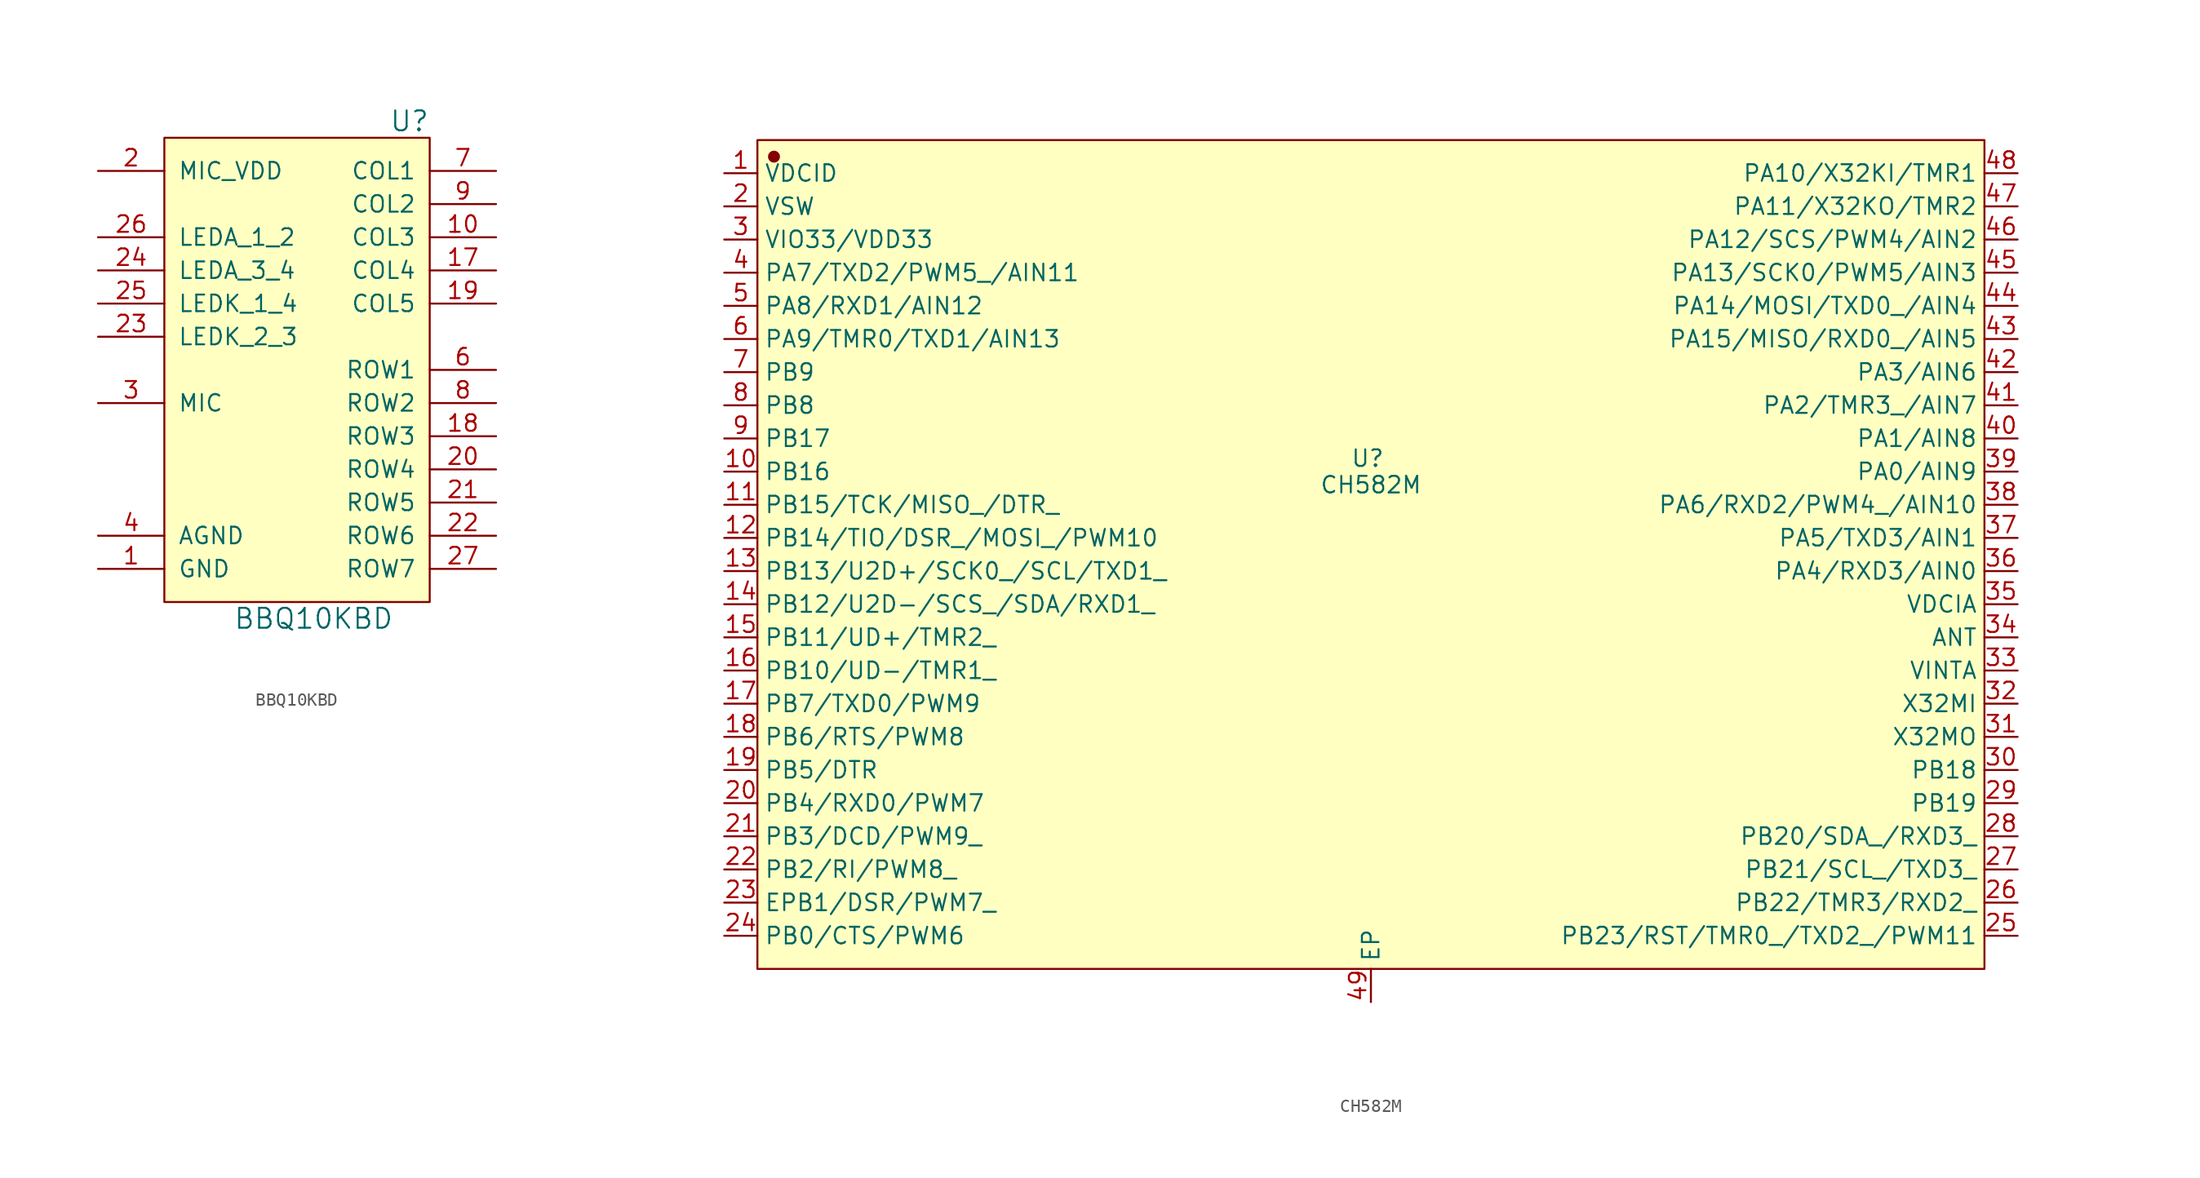
<source format=kicad_sym>
(kicad_symbol_lib
  (version 20211014)
  (generator kicad_symbol_editor)
  (symbol "BBQ10KBD"
    (pin_names
      (offset 1.016))
    (property "Reference" "U"
      (at 10.16 19.05 0)
      (effects (font (size 1.524 1.524)) (justify right)))
    (property "Value" "BBQ10KBD"
      (at 1.27 -19.05 0)
      (effects (font (size 1.524 1.524))))
    (symbol "BBQ10KBD_0_1"
      (rectangle (start -10.16 17.78) (end 10.16 -17.78) (stroke (width 0) (type default) (color 0 0 0 0)) (fill (type background))))
    (symbol "BBQ10KBD_1_1"
      (pin power_in line (at -15.24 -15.24 0) (length 5.08) (name "GND" (effects (font (size 1.27 1.27)))) (number "1" (effects (font (size 1.27 1.27)))))
      (pin output line (at 15.24 10.16 180) (length 5.08) (name "COL3" (effects (font (size 1.27 1.27)))) (number "10" (effects (font (size 1.27 1.27)))))
      (pin passive line (at -15.24 -15.24 0) (length 5.08) hide (name "GND" (effects (font (size 1.27 1.27)))) (number "11" (effects (font (size 1.27 1.27)))))
      (pin passive line (at -15.24 -15.24 0) (length 5.08) hide (name "GND" (effects (font (size 1.27 1.27)))) (number "12" (effects (font (size 1.27 1.27)))))
      (pin passive line (at -15.24 -15.24 0) (length 5.08) hide (name "GND" (effects (font (size 1.27 1.27)))) (number "13" (effects (font (size 1.27 1.27)))))
      (pin passive line (at -15.24 -15.24 0) (length 5.08) hide (name "GND" (effects (font (size 1.27 1.27)))) (number "14" (effects (font (size 1.27 1.27)))))
      (pin passive line (at -15.24 -15.24 0) (length 5.08) hide (name "GND" (effects (font (size 1.27 1.27)))) (number "15" (effects (font (size 1.27 1.27)))))
      (pin passive line (at -15.24 -15.24 0) (length 5.08) hide (name "GND" (effects (font (size 1.27 1.27)))) (number "16" (effects (font (size 1.27 1.27)))))
      (pin output line (at 15.24 7.62 180) (length 5.08) (name "COL4" (effects (font (size 1.27 1.27)))) (number "17" (effects (font (size 1.27 1.27)))))
      (pin output line (at 15.24 -5.08 180) (length 5.08) (name "ROW3" (effects (font (size 1.27 1.27)))) (number "18" (effects (font (size 1.27 1.27)))))
      (pin output line (at 15.24 5.08 180) (length 5.08) (name "COL5" (effects (font (size 1.27 1.27)))) (number "19" (effects (font (size 1.27 1.27)))))
      (pin power_in line (at -15.24 15.24 0) (length 5.08) (name "MIC_VDD" (effects (font (size 1.27 1.27)))) (number "2" (effects (font (size 1.27 1.27)))))
      (pin output line (at 15.24 -7.62 180) (length 5.08) (name "ROW4" (effects (font (size 1.27 1.27)))) (number "20" (effects (font (size 1.27 1.27)))))
      (pin output line (at 15.24 -10.16 180) (length 5.08) (name "ROW5" (effects (font (size 1.27 1.27)))) (number "21" (effects (font (size 1.27 1.27)))))
      (pin output line (at 15.24 -12.7 180) (length 5.08) (name "ROW6" (effects (font (size 1.27 1.27)))) (number "22" (effects (font (size 1.27 1.27)))))
      (pin power_in line (at -15.24 2.54 0) (length 5.08) (name "LEDK_2_3" (effects (font (size 1.27 1.27)))) (number "23" (effects (font (size 1.27 1.27)))))
      (pin power_in line (at -15.24 7.62 0) (length 5.08) (name "LEDA_3_4" (effects (font (size 1.27 1.27)))) (number "24" (effects (font (size 1.27 1.27)))))
      (pin power_in line (at -15.24 5.08 0) (length 5.08) (name "LEDK_1_4" (effects (font (size 1.27 1.27)))) (number "25" (effects (font (size 1.27 1.27)))))
      (pin power_in line (at -15.24 10.16 0) (length 5.08) (name "LEDA_1_2" (effects (font (size 1.27 1.27)))) (number "26" (effects (font (size 1.27 1.27)))))
      (pin output line (at 15.24 -15.24 180) (length 5.08) (name "ROW7" (effects (font (size 1.27 1.27)))) (number "27" (effects (font (size 1.27 1.27)))))
      (pin passive line (at -15.24 -15.24 0) (length 5.08) hide (name "GND" (effects (font (size 1.27 1.27)))) (number "28" (effects (font (size 1.27 1.27)))))
      (pin output line (at -15.24 -2.54 0) (length 5.08) (name "MIC" (effects (font (size 1.27 1.27)))) (number "3" (effects (font (size 1.27 1.27)))))
      (pin power_in line (at -15.24 -12.7 0) (length 5.08) (name "AGND" (effects (font (size 1.27 1.27)))) (number "4" (effects (font (size 1.27 1.27)))))
      (pin passive line (at -15.24 -15.24 0) (length 5.08) hide (name "GND" (effects (font (size 1.27 1.27)))) (number "5" (effects (font (size 1.27 1.27)))))
      (pin output line (at 15.24 0 180) (length 5.08) (name "ROW1" (effects (font (size 1.27 1.27)))) (number "6" (effects (font (size 1.27 1.27)))))
      (pin output line (at 15.24 15.24 180) (length 5.08) (name "COL1" (effects (font (size 1.27 1.27)))) (number "7" (effects (font (size 1.27 1.27)))))
      (pin output line (at 15.24 -2.54 180) (length 5.08) (name "ROW2" (effects (font (size 1.27 1.27)))) (number "8" (effects (font (size 1.27 1.27)))))
      (pin output line (at 15.24 12.7 180) (length 5.08) (name "COL2" (effects (font (size 1.27 1.27)))) (number "9" (effects (font (size 1.27 1.27)))))))
  (symbol "CH582M"
    (property "Reference" "U"
      (at 0 0 0)
      (effects (font (size 1.27 1.27))))
    (property "Value" "CH582M"
      (at 0.254 -2.032 0)
      (effects (font (size 1.27 1.27))))
    (symbol "CH582M_1_1"
      (rectangle (start -46.736 24.384) (end 47.244 -39.116) (stroke (width 0.152) (type default) (color 0 0 0 0)) (fill (type background)))
      (circle (center -45.466 23.114) (radius 0.381) (stroke (width 0.152) (type default) (color 0 0 0 0)) (fill (type outline)))
      (pin free line (at -49.276 21.844 0) (length 2.54) (name "VDCID" (effects (font (size 1.27 1.27)))) (number "1" (effects (font (size 1.27 1.27)))))
      (pin free line (at -49.276 -1.016 0) (length 2.54) (name "PB16" (effects (font (size 1.27 1.27)))) (number "10" (effects (font (size 1.27 1.27)))))
      (pin free line (at -49.276 -3.556 0) (length 2.54) (name "PB15/TCK/MISO_/DTR_" (effects (font (size 1.27 1.27)))) (number "11" (effects (font (size 1.27 1.27)))))
      (pin free line (at -49.276 -6.096 0) (length 2.54) (name "PB14/TIO/DSR_/MOSI_/PWM10" (effects (font (size 1.27 1.27)))) (number "12" (effects (font (size 1.27 1.27)))))
      (pin free line (at -49.276 -8.636 0) (length 2.54) (name "PB13/U2D+/SCK0_/SCL/TXD1_" (effects (font (size 1.27 1.27)))) (number "13" (effects (font (size 1.27 1.27)))))
      (pin free line (at -49.276 -11.176 0) (length 2.54) (name "PB12/U2D-/SCS_/SDA/RXD1_" (effects (font (size 1.27 1.27)))) (number "14" (effects (font (size 1.27 1.27)))))
      (pin free line (at -49.276 -13.716 0) (length 2.54) (name "PB11/UD+/TMR2_" (effects (font (size 1.27 1.27)))) (number "15" (effects (font (size 1.27 1.27)))))
      (pin free line (at -49.276 -16.256 0) (length 2.54) (name "PB10/UD-/TMR1_" (effects (font (size 1.27 1.27)))) (number "16" (effects (font (size 1.27 1.27)))))
      (pin free line (at -49.276 -18.796 0) (length 2.54) (name "PB7/TXD0/PWM9" (effects (font (size 1.27 1.27)))) (number "17" (effects (font (size 1.27 1.27)))))
      (pin free line (at -49.276 -21.336 0) (length 2.54) (name "PB6/RTS/PWM8" (effects (font (size 1.27 1.27)))) (number "18" (effects (font (size 1.27 1.27)))))
      (pin free line (at -49.276 -23.876 0) (length 2.54) (name "PB5/DTR" (effects (font (size 1.27 1.27)))) (number "19" (effects (font (size 1.27 1.27)))))
      (pin free line (at -49.276 19.304 0) (length 2.54) (name "VSW" (effects (font (size 1.27 1.27)))) (number "2" (effects (font (size 1.27 1.27)))))
      (pin free line (at -49.276 -26.416 0) (length 2.54) (name "PB4/RXD0/PWM7" (effects (font (size 1.27 1.27)))) (number "20" (effects (font (size 1.27 1.27)))))
      (pin free line (at -49.276 -28.956 0) (length 2.54) (name "PB3/DCD/PWM9_" (effects (font (size 1.27 1.27)))) (number "21" (effects (font (size 1.27 1.27)))))
      (pin free line (at -49.276 -31.496 0) (length 2.54) (name "PB2/RI/PWM8_" (effects (font (size 1.27 1.27)))) (number "22" (effects (font (size 1.27 1.27)))))
      (pin free line (at -49.276 -34.036 0) (length 2.54) (name "EPB1/DSR/PWM7_" (effects (font (size 1.27 1.27)))) (number "23" (effects (font (size 1.27 1.27)))))
      (pin free line (at -49.276 -36.576 0) (length 2.54) (name "PB0/CTS/PWM6" (effects (font (size 1.27 1.27)))) (number "24" (effects (font (size 1.27 1.27)))))
      (pin free line (at 49.784 -36.576 180) (length 2.54) (name "PB23/RST/TMR0_/TXD2_/PWM11" (effects (font (size 1.27 1.27)))) (number "25" (effects (font (size 1.27 1.27)))))
      (pin free line (at 49.784 -34.036 180) (length 2.54) (name "PB22/TMR3/RXD2_" (effects (font (size 1.27 1.27)))) (number "26" (effects (font (size 1.27 1.27)))))
      (pin free line (at 49.784 -31.496 180) (length 2.54) (name "PB21/SCL_/TXD3_" (effects (font (size 1.27 1.27)))) (number "27" (effects (font (size 1.27 1.27)))))
      (pin free line (at 49.784 -28.956 180) (length 2.54) (name "PB20/SDA_/RXD3_" (effects (font (size 1.27 1.27)))) (number "28" (effects (font (size 1.27 1.27)))))
      (pin free line (at 49.784 -26.416 180) (length 2.54) (name "PB19" (effects (font (size 1.27 1.27)))) (number "29" (effects (font (size 1.27 1.27)))))
      (pin free line (at -49.276 16.764 0) (length 2.54) (name "VIO33/VDD33" (effects (font (size 1.27 1.27)))) (number "3" (effects (font (size 1.27 1.27)))))
      (pin free line (at 49.784 -23.876 180) (length 2.54) (name "PB18" (effects (font (size 1.27 1.27)))) (number "30" (effects (font (size 1.27 1.27)))))
      (pin free line (at 49.784 -21.336 180) (length 2.54) (name "X32MO" (effects (font (size 1.27 1.27)))) (number "31" (effects (font (size 1.27 1.27)))))
      (pin free line (at 49.784 -18.796 180) (length 2.54) (name "X32MI" (effects (font (size 1.27 1.27)))) (number "32" (effects (font (size 1.27 1.27)))))
      (pin free line (at 49.784 -16.256 180) (length 2.54) (name "VINTA" (effects (font (size 1.27 1.27)))) (number "33" (effects (font (size 1.27 1.27)))))
      (pin free line (at 49.784 -13.716 180) (length 2.54) (name "ANT" (effects (font (size 1.27 1.27)))) (number "34" (effects (font (size 1.27 1.27)))))
      (pin free line (at 49.784 -11.176 180) (length 2.54) (name "VDCIA" (effects (font (size 1.27 1.27)))) (number "35" (effects (font (size 1.27 1.27)))))
      (pin free line (at 49.784 -8.636 180) (length 2.54) (name "PA4/RXD3/AIN0" (effects (font (size 1.27 1.27)))) (number "36" (effects (font (size 1.27 1.27)))))
      (pin free line (at 49.784 -6.096 180) (length 2.54) (name "PA5/TXD3/AIN1" (effects (font (size 1.27 1.27)))) (number "37" (effects (font (size 1.27 1.27)))))
      (pin free line (at 49.784 -3.556 180) (length 2.54) (name "PA6/RXD2/PWM4_/AIN10" (effects (font (size 1.27 1.27)))) (number "38" (effects (font (size 1.27 1.27)))))
      (pin free line (at 49.784 -1.016 180) (length 2.54) (name "PA0/AIN9" (effects (font (size 1.27 1.27)))) (number "39" (effects (font (size 1.27 1.27)))))
      (pin free line (at -49.276 14.224 0) (length 2.54) (name "PA7/TXD2/PWM5_/AIN11" (effects (font (size 1.27 1.27)))) (number "4" (effects (font (size 1.27 1.27)))))
      (pin free line (at 49.784 1.524 180) (length 2.54) (name "PA1/AIN8" (effects (font (size 1.27 1.27)))) (number "40" (effects (font (size 1.27 1.27)))))
      (pin free line (at 49.784 4.064 180) (length 2.54) (name "PA2/TMR3_/AIN7" (effects (font (size 1.27 1.27)))) (number "41" (effects (font (size 1.27 1.27)))))
      (pin free line (at 49.784 6.604 180) (length 2.54) (name "PA3/AIN6" (effects (font (size 1.27 1.27)))) (number "42" (effects (font (size 1.27 1.27)))))
      (pin free line (at 49.784 9.144 180) (length 2.54) (name "PA15/MISO/RXD0_/AIN5" (effects (font (size 1.27 1.27)))) (number "43" (effects (font (size 1.27 1.27)))))
      (pin free line (at 49.784 11.684 180) (length 2.54) (name "PA14/MOSI/TXD0_/AIN4" (effects (font (size 1.27 1.27)))) (number "44" (effects (font (size 1.27 1.27)))))
      (pin free line (at 49.784 14.224 180) (length 2.54) (name "PA13/SCK0/PWM5/AIN3" (effects (font (size 1.27 1.27)))) (number "45" (effects (font (size 1.27 1.27)))))
      (pin free line (at 49.784 16.764 180) (length 2.54) (name "PA12/SCS/PWM4/AIN2" (effects (font (size 1.27 1.27)))) (number "46" (effects (font (size 1.27 1.27)))))
      (pin free line (at 49.784 19.304 180) (length 2.54) (name "PA11/X32KO/TMR2" (effects (font (size 1.27 1.27)))) (number "47" (effects (font (size 1.27 1.27)))))
      (pin free line (at 49.784 21.844 180) (length 2.54) (name "PA10/X32KI/TMR1" (effects (font (size 1.27 1.27)))) (number "48" (effects (font (size 1.27 1.27)))))
      (pin input line (at 0.254 -41.656 90) (length 2.54) (name "EP" (effects (font (size 1.27 1.27)))) (number "49" (effects (font (size 1.27 1.27)))))
      (pin free line (at -49.276 11.684 0) (length 2.54) (name "PA8/RXD1/AIN12" (effects (font (size 1.27 1.27)))) (number "5" (effects (font (size 1.27 1.27)))))
      (pin free line (at -49.276 9.144 0) (length 2.54) (name "PA9/TMR0/TXD1/AIN13" (effects (font (size 1.27 1.27)))) (number "6" (effects (font (size 1.27 1.27)))))
      (pin free line (at -49.276 6.604 0) (length 2.54) (name "PB9" (effects (font (size 1.27 1.27)))) (number "7" (effects (font (size 1.27 1.27)))))
      (pin free line (at -49.276 4.064 0) (length 2.54) (name "PB8" (effects (font (size 1.27 1.27)))) (number "8" (effects (font (size 1.27 1.27)))))
      (pin free line (at -49.276 1.524 0) (length 2.54) (name "PB17" (effects (font (size 1.27 1.27)))) (number "9" (effects (font (size 1.27 1.27))))))))
</source>
